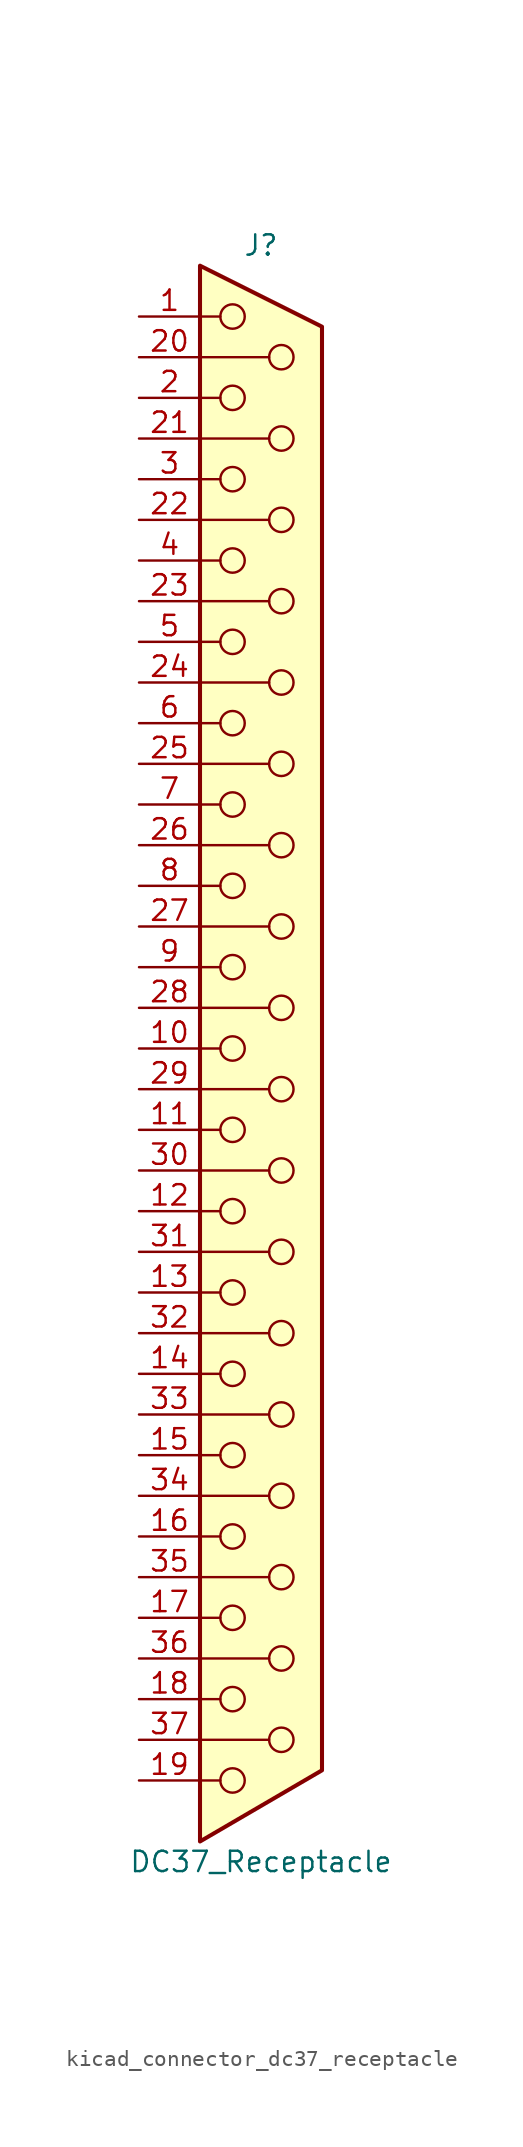
<source format=kicad_sym>
(kicad_symbol_lib
  (version 20220914)
  (generator kicad_symbol_editor)
  (symbol "kicad_connector_dc37_receptacle"
    (pin_names
      (offset 1.016) hide)
    (property "Reference" "J"
      (at 0 50.165 0)
      (effects (font (size 1.27 1.27))))
    (property "Value" "DC37_Receptacle"
      (at 0 -50.8 0)
      (effects (font (size 1.27 1.27))))
    (symbol "kicad_connector_dc37_receptacle_0_1"
      (circle (center -1.778 -45.72) (radius 0.762) (stroke (width 0) (type default)) (fill (type none)))
      (circle (center -1.778 -40.64) (radius 0.762) (stroke (width 0) (type default)) (fill (type none)))
      (circle (center -1.778 -35.56) (radius 0.762) (stroke (width 0) (type default)) (fill (type none)))
      (circle (center -1.778 -30.48) (radius 0.762) (stroke (width 0) (type default)) (fill (type none)))
      (circle (center -1.778 -25.4) (radius 0.762) (stroke (width 0) (type default)) (fill (type none)))
      (circle (center -1.778 -20.32) (radius 0.762) (stroke (width 0) (type default)) (fill (type none)))
      (circle (center -1.778 -15.24) (radius 0.762) (stroke (width 0) (type default)) (fill (type none)))
      (circle (center -1.778 -10.16) (radius 0.762) (stroke (width 0) (type default)) (fill (type none)))
      (circle (center -1.778 -5.08) (radius 0.762) (stroke (width 0) (type default)) (fill (type none)))
      (circle (center -1.778 0) (radius 0.762) (stroke (width 0) (type default)) (fill (type none)))
      (circle (center -1.778 5.08) (radius 0.762) (stroke (width 0) (type default)) (fill (type none)))
      (circle (center -1.778 10.16) (radius 0.762) (stroke (width 0) (type default)) (fill (type none)))
      (circle (center -1.778 15.24) (radius 0.762) (stroke (width 0) (type default)) (fill (type none)))
      (circle (center -1.778 20.32) (radius 0.762) (stroke (width 0) (type default)) (fill (type none)))
      (circle (center -1.778 25.4) (radius 0.762) (stroke (width 0) (type default)) (fill (type none)))
      (circle (center -1.778 30.48) (radius 0.762) (stroke (width 0) (type default)) (fill (type none)))
      (circle (center -1.778 35.56) (radius 0.762) (stroke (width 0) (type default)) (fill (type none)))
      (circle (center -1.778 40.64) (radius 0.762) (stroke (width 0) (type default)) (fill (type none)))
      (circle (center -1.778 45.72) (radius 0.762) (stroke (width 0) (type default)) (fill (type none)))
      (polyline (pts (xy -3.81 -45.72) (xy -2.54 -45.72)) (stroke (width 0) (type default)) (fill (type none)))
      (polyline (pts (xy -3.81 -43.18) (xy 0.508 -43.18)) (stroke (width 0) (type default)) (fill (type none)))
      (polyline (pts (xy -3.81 -40.64) (xy -2.54 -40.64)) (stroke (width 0) (type default)) (fill (type none)))
      (polyline (pts (xy -3.81 -38.1) (xy 0.508 -38.1)) (stroke (width 0) (type default)) (fill (type none)))
      (polyline (pts (xy -3.81 -35.56) (xy -2.54 -35.56)) (stroke (width 0) (type default)) (fill (type none)))
      (polyline (pts (xy -3.81 -33.02) (xy 0.508 -33.02)) (stroke (width 0) (type default)) (fill (type none)))
      (polyline (pts (xy -3.81 -30.48) (xy -2.54 -30.48)) (stroke (width 0) (type default)) (fill (type none)))
      (polyline (pts (xy -3.81 -27.94) (xy 0.508 -27.94)) (stroke (width 0) (type default)) (fill (type none)))
      (polyline (pts (xy -3.81 -25.4) (xy -2.54 -25.4)) (stroke (width 0) (type default)) (fill (type none)))
      (polyline (pts (xy -3.81 -22.86) (xy 0.508 -22.86)) (stroke (width 0) (type default)) (fill (type none)))
      (polyline (pts (xy -3.81 -20.32) (xy -2.54 -20.32)) (stroke (width 0) (type default)) (fill (type none)))
      (polyline (pts (xy -3.81 -17.78) (xy 0.508 -17.78)) (stroke (width 0) (type default)) (fill (type none)))
      (polyline (pts (xy -3.81 -15.24) (xy -2.54 -15.24)) (stroke (width 0) (type default)) (fill (type none)))
      (polyline (pts (xy -3.81 -12.7) (xy 0.508 -12.7)) (stroke (width 0) (type default)) (fill (type none)))
      (polyline (pts (xy -3.81 -10.16) (xy -2.54 -10.16)) (stroke (width 0) (type default)) (fill (type none)))
      (polyline (pts (xy -3.81 -7.62) (xy 0.508 -7.62)) (stroke (width 0) (type default)) (fill (type none)))
      (polyline (pts (xy -3.81 -5.08) (xy -2.54 -5.08)) (stroke (width 0) (type default)) (fill (type none)))
      (polyline (pts (xy -3.81 -2.54) (xy 0.508 -2.54)) (stroke (width 0) (type default)) (fill (type none)))
      (polyline (pts (xy -3.81 0) (xy -2.54 0)) (stroke (width 0) (type default)) (fill (type none)))
      (polyline (pts (xy -3.81 2.54) (xy 0.508 2.54)) (stroke (width 0) (type default)) (fill (type none)))
      (polyline (pts (xy -3.81 5.08) (xy -2.54 5.08)) (stroke (width 0) (type default)) (fill (type none)))
      (polyline (pts (xy -3.81 7.62) (xy 0.508 7.62)) (stroke (width 0) (type default)) (fill (type none)))
      (polyline (pts (xy -3.81 10.16) (xy -2.54 10.16)) (stroke (width 0) (type default)) (fill (type none)))
      (polyline (pts (xy -3.81 12.7) (xy 0.508 12.7)) (stroke (width 0) (type default)) (fill (type none)))
      (polyline (pts (xy -3.81 15.24) (xy -2.54 15.24)) (stroke (width 0) (type default)) (fill (type none)))
      (polyline (pts (xy -3.81 17.78) (xy 0.508 17.78)) (stroke (width 0) (type default)) (fill (type none)))
      (polyline (pts (xy -3.81 20.32) (xy -2.54 20.32)) (stroke (width 0) (type default)) (fill (type none)))
      (polyline (pts (xy -3.81 22.86) (xy 0.508 22.86)) (stroke (width 0) (type default)) (fill (type none)))
      (polyline (pts (xy -3.81 25.4) (xy -2.54 25.4)) (stroke (width 0) (type default)) (fill (type none)))
      (polyline (pts (xy -3.81 27.94) (xy 0.508 27.94)) (stroke (width 0) (type default)) (fill (type none)))
      (polyline (pts (xy -3.81 30.48) (xy -2.54 30.48)) (stroke (width 0) (type default)) (fill (type none)))
      (polyline (pts (xy -3.81 33.02) (xy 0.508 33.02)) (stroke (width 0) (type default)) (fill (type none)))
      (polyline (pts (xy -3.81 35.56) (xy -2.54 35.56)) (stroke (width 0) (type default)) (fill (type none)))
      (polyline (pts (xy -3.81 38.1) (xy 0.508 38.1)) (stroke (width 0) (type default)) (fill (type none)))
      (polyline (pts (xy -3.81 40.64) (xy -2.54 40.64)) (stroke (width 0) (type default)) (fill (type none)))
      (polyline (pts (xy -3.81 43.18) (xy 0.508 43.18)) (stroke (width 0) (type default)) (fill (type none)))
      (polyline (pts (xy -3.81 45.72) (xy -2.54 45.72)) (stroke (width 0) (type default)) (fill (type none)))
      (polyline (pts (xy -3.81 -49.53) (xy 3.81 -45.085) (xy 3.81 45.085) (xy -3.81 48.895) (xy -3.81 -49.53)) (stroke (width 0.254) (type default)) (fill (type background)))
      (circle (center 1.27 -43.18) (radius 0.762) (stroke (width 0) (type default)) (fill (type none)))
      (circle (center 1.27 -38.1) (radius 0.762) (stroke (width 0) (type default)) (fill (type none)))
      (circle (center 1.27 -33.02) (radius 0.762) (stroke (width 0) (type default)) (fill (type none)))
      (circle (center 1.27 -27.94) (radius 0.762) (stroke (width 0) (type default)) (fill (type none)))
      (circle (center 1.27 -22.86) (radius 0.762) (stroke (width 0) (type default)) (fill (type none)))
      (circle (center 1.27 -17.78) (radius 0.762) (stroke (width 0) (type default)) (fill (type none)))
      (circle (center 1.27 -12.7) (radius 0.762) (stroke (width 0) (type default)) (fill (type none)))
      (circle (center 1.27 -7.62) (radius 0.762) (stroke (width 0) (type default)) (fill (type none)))
      (circle (center 1.27 -2.54) (radius 0.762) (stroke (width 0) (type default)) (fill (type none)))
      (circle (center 1.27 2.54) (radius 0.762) (stroke (width 0) (type default)) (fill (type none)))
      (circle (center 1.27 7.62) (radius 0.762) (stroke (width 0) (type default)) (fill (type none)))
      (circle (center 1.27 12.7) (radius 0.762) (stroke (width 0) (type default)) (fill (type none)))
      (circle (center 1.27 17.78) (radius 0.762) (stroke (width 0) (type default)) (fill (type none)))
      (circle (center 1.27 22.86) (radius 0.762) (stroke (width 0) (type default)) (fill (type none)))
      (circle (center 1.27 27.94) (radius 0.762) (stroke (width 0) (type default)) (fill (type none)))
      (circle (center 1.27 33.02) (radius 0.762) (stroke (width 0) (type default)) (fill (type none)))
      (circle (center 1.27 38.1) (radius 0.762) (stroke (width 0) (type default)) (fill (type none)))
      (circle (center 1.27 43.18) (radius 0.762) (stroke (width 0) (type default)) (fill (type none))))
    (symbol "kicad_connector_dc37_receptacle_1_1"
      (pin passive line (at -7.62 45.72 0) (length 3.81) (name "1" (effects (font (size 1.27 1.27)))) (number "1" (effects (font (size 1.27 1.27)))))
      (pin passive line (at -7.62 0 0) (length 3.81) (name "10" (effects (font (size 1.27 1.27)))) (number "10" (effects (font (size 1.27 1.27)))))
      (pin passive line (at -7.62 -5.08 0) (length 3.81) (name "11" (effects (font (size 1.27 1.27)))) (number "11" (effects (font (size 1.27 1.27)))))
      (pin passive line (at -7.62 -10.16 0) (length 3.81) (name "12" (effects (font (size 1.27 1.27)))) (number "12" (effects (font (size 1.27 1.27)))))
      (pin passive line (at -7.62 -15.24 0) (length 3.81) (name "13" (effects (font (size 1.27 1.27)))) (number "13" (effects (font (size 1.27 1.27)))))
      (pin passive line (at -7.62 -20.32 0) (length 3.81) (name "14" (effects (font (size 1.27 1.27)))) (number "14" (effects (font (size 1.27 1.27)))))
      (pin passive line (at -7.62 -25.4 0) (length 3.81) (name "15" (effects (font (size 1.27 1.27)))) (number "15" (effects (font (size 1.27 1.27)))))
      (pin passive line (at -7.62 -30.48 0) (length 3.81) (name "16" (effects (font (size 1.27 1.27)))) (number "16" (effects (font (size 1.27 1.27)))))
      (pin passive line (at -7.62 -35.56 0) (length 3.81) (name "17" (effects (font (size 1.27 1.27)))) (number "17" (effects (font (size 1.27 1.27)))))
      (pin passive line (at -7.62 -40.64 0) (length 3.81) (name "18" (effects (font (size 1.27 1.27)))) (number "18" (effects (font (size 1.27 1.27)))))
      (pin passive line (at -7.62 -45.72 0) (length 3.81) (name "19" (effects (font (size 1.27 1.27)))) (number "19" (effects (font (size 1.27 1.27)))))
      (pin passive line (at -7.62 40.64 0) (length 3.81) (name "2" (effects (font (size 1.27 1.27)))) (number "2" (effects (font (size 1.27 1.27)))))
      (pin passive line (at -7.62 43.18 0) (length 3.81) (name "20" (effects (font (size 1.27 1.27)))) (number "20" (effects (font (size 1.27 1.27)))))
      (pin passive line (at -7.62 38.1 0) (length 3.81) (name "21" (effects (font (size 1.27 1.27)))) (number "21" (effects (font (size 1.27 1.27)))))
      (pin passive line (at -7.62 33.02 0) (length 3.81) (name "22" (effects (font (size 1.27 1.27)))) (number "22" (effects (font (size 1.27 1.27)))))
      (pin passive line (at -7.62 27.94 0) (length 3.81) (name "23" (effects (font (size 1.27 1.27)))) (number "23" (effects (font (size 1.27 1.27)))))
      (pin passive line (at -7.62 22.86 0) (length 3.81) (name "24" (effects (font (size 1.27 1.27)))) (number "24" (effects (font (size 1.27 1.27)))))
      (pin passive line (at -7.62 17.78 0) (length 3.81) (name "25" (effects (font (size 1.27 1.27)))) (number "25" (effects (font (size 1.27 1.27)))))
      (pin passive line (at -7.62 12.7 0) (length 3.81) (name "26" (effects (font (size 1.27 1.27)))) (number "26" (effects (font (size 1.27 1.27)))))
      (pin passive line (at -7.62 7.62 0) (length 3.81) (name "27" (effects (font (size 1.27 1.27)))) (number "27" (effects (font (size 1.27 1.27)))))
      (pin passive line (at -7.62 2.54 0) (length 3.81) (name "28" (effects (font (size 1.27 1.27)))) (number "28" (effects (font (size 1.27 1.27)))))
      (pin passive line (at -7.62 -2.54 0) (length 3.81) (name "29" (effects (font (size 1.27 1.27)))) (number "29" (effects (font (size 1.27 1.27)))))
      (pin passive line (at -7.62 35.56 0) (length 3.81) (name "3" (effects (font (size 1.27 1.27)))) (number "3" (effects (font (size 1.27 1.27)))))
      (pin passive line (at -7.62 -7.62 0) (length 3.81) (name "30" (effects (font (size 1.27 1.27)))) (number "30" (effects (font (size 1.27 1.27)))))
      (pin passive line (at -7.62 -12.7 0) (length 3.81) (name "31" (effects (font (size 1.27 1.27)))) (number "31" (effects (font (size 1.27 1.27)))))
      (pin passive line (at -7.62 -17.78 0) (length 3.81) (name "32" (effects (font (size 1.27 1.27)))) (number "32" (effects (font (size 1.27 1.27)))))
      (pin passive line (at -7.62 -22.86 0) (length 3.81) (name "33" (effects (font (size 1.27 1.27)))) (number "33" (effects (font (size 1.27 1.27)))))
      (pin passive line (at -7.62 -27.94 0) (length 3.81) (name "34" (effects (font (size 1.27 1.27)))) (number "34" (effects (font (size 1.27 1.27)))))
      (pin passive line (at -7.62 -33.02 0) (length 3.81) (name "35" (effects (font (size 1.27 1.27)))) (number "35" (effects (font (size 1.27 1.27)))))
      (pin passive line (at -7.62 -38.1 0) (length 3.81) (name "36" (effects (font (size 1.27 1.27)))) (number "36" (effects (font (size 1.27 1.27)))))
      (pin passive line (at -7.62 -43.18 0) (length 3.81) (name "37" (effects (font (size 1.27 1.27)))) (number "37" (effects (font (size 1.27 1.27)))))
      (pin passive line (at -7.62 30.48 0) (length 3.81) (name "4" (effects (font (size 1.27 1.27)))) (number "4" (effects (font (size 1.27 1.27)))))
      (pin passive line (at -7.62 25.4 0) (length 3.81) (name "5" (effects (font (size 1.27 1.27)))) (number "5" (effects (font (size 1.27 1.27)))))
      (pin passive line (at -7.62 20.32 0) (length 3.81) (name "6" (effects (font (size 1.27 1.27)))) (number "6" (effects (font (size 1.27 1.27)))))
      (pin passive line (at -7.62 15.24 0) (length 3.81) (name "7" (effects (font (size 1.27 1.27)))) (number "7" (effects (font (size 1.27 1.27)))))
      (pin passive line (at -7.62 10.16 0) (length 3.81) (name "8" (effects (font (size 1.27 1.27)))) (number "8" (effects (font (size 1.27 1.27)))))
      (pin passive line (at -7.62 5.08 0) (length 3.81) (name "9" (effects (font (size 1.27 1.27)))) (number "9" (effects (font (size 1.27 1.27))))))))
</source>
